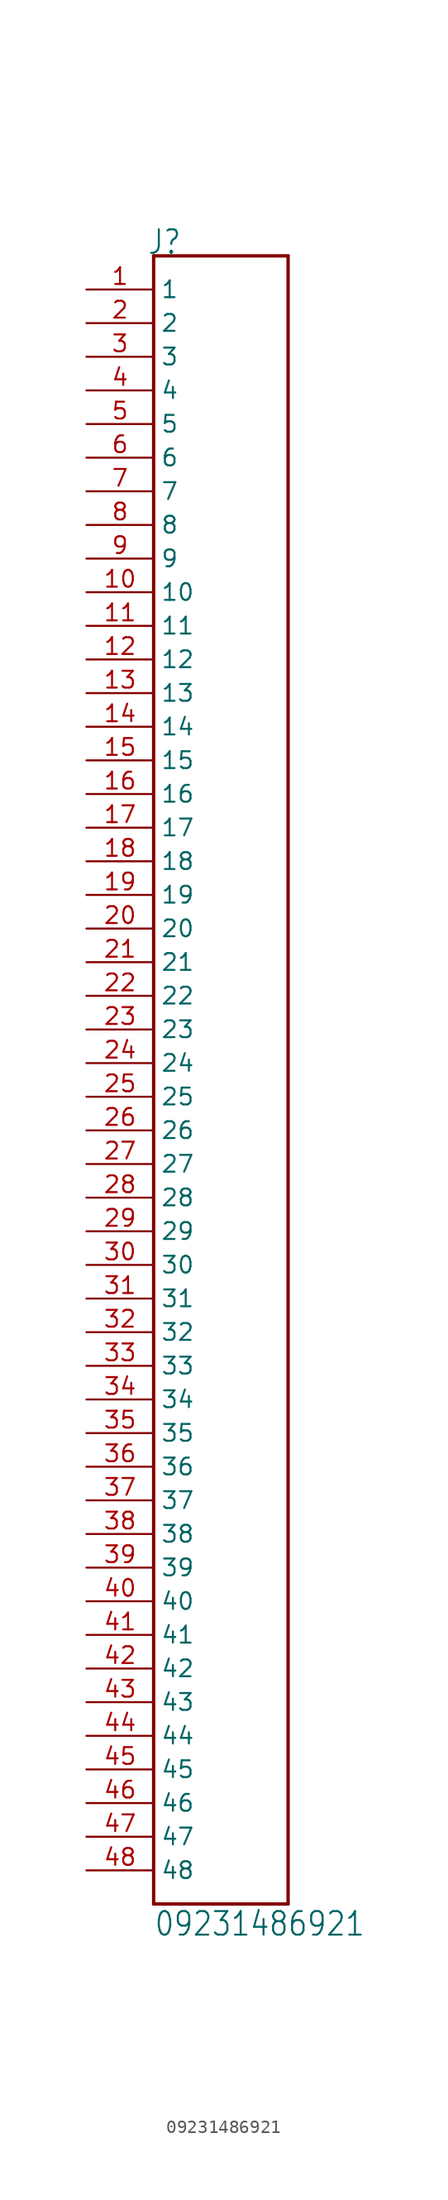
<source format=kicad_sym>
(kicad_symbol_lib
  (version 20211014)
  (generator kicad_symbol_editor)
  (symbol "09231486921"
    (property "Reference" "J"
      (at -5.58 63.5 0)
      (effects (font (size 1.778 1.511)) (justify left bottom)))
    (property "Value" "09231486921"
      (at -5.08 -63.5 0)
      (effects (font (size 1.778 1.511)) (justify left bottom)))
    (property "ki_locked" ""
      (at 0 0 0)
      (effects (font (size 1.27 1.27))))
    (symbol "09231486921_1_0"
      (polyline (pts (xy -5.08 -60.96) (xy -5.08 63.5)) (stroke (width 0.254) (type default) (color 0 0 0 0)) (fill (type none)))
      (polyline (pts (xy -5.08 63.5) (xy 5.08 63.5)) (stroke (width 0.254) (type default) (color 0 0 0 0)) (fill (type none)))
      (polyline (pts (xy 5.08 -60.96) (xy -5.08 -60.96)) (stroke (width 0.254) (type default) (color 0 0 0 0)) (fill (type none)))
      (polyline (pts (xy 5.08 63.5) (xy 5.08 -60.96)) (stroke (width 0.254) (type default) (color 0 0 0 0)) (fill (type none)))
      (pin passive line (at -10.16 60.96 0) (length 5.08) (name "1" (effects (font (size 1.27 1.27)))) (number "1" (effects (font (size 1.27 1.27)))))
      (pin passive line (at -10.16 38.1 0) (length 5.08) (name "10" (effects (font (size 1.27 1.27)))) (number "10" (effects (font (size 1.27 1.27)))))
      (pin passive line (at -10.16 35.56 0) (length 5.08) (name "11" (effects (font (size 1.27 1.27)))) (number "11" (effects (font (size 1.27 1.27)))))
      (pin passive line (at -10.16 33.02 0) (length 5.08) (name "12" (effects (font (size 1.27 1.27)))) (number "12" (effects (font (size 1.27 1.27)))))
      (pin passive line (at -10.16 30.48 0) (length 5.08) (name "13" (effects (font (size 1.27 1.27)))) (number "13" (effects (font (size 1.27 1.27)))))
      (pin passive line (at -10.16 27.94 0) (length 5.08) (name "14" (effects (font (size 1.27 1.27)))) (number "14" (effects (font (size 1.27 1.27)))))
      (pin passive line (at -10.16 25.4 0) (length 5.08) (name "15" (effects (font (size 1.27 1.27)))) (number "15" (effects (font (size 1.27 1.27)))))
      (pin passive line (at -10.16 22.86 0) (length 5.08) (name "16" (effects (font (size 1.27 1.27)))) (number "16" (effects (font (size 1.27 1.27)))))
      (pin passive line (at -10.16 20.32 0) (length 5.08) (name "17" (effects (font (size 1.27 1.27)))) (number "17" (effects (font (size 1.27 1.27)))))
      (pin passive line (at -10.16 17.78 0) (length 5.08) (name "18" (effects (font (size 1.27 1.27)))) (number "18" (effects (font (size 1.27 1.27)))))
      (pin passive line (at -10.16 15.24 0) (length 5.08) (name "19" (effects (font (size 1.27 1.27)))) (number "19" (effects (font (size 1.27 1.27)))))
      (pin passive line (at -10.16 58.42 0) (length 5.08) (name "2" (effects (font (size 1.27 1.27)))) (number "2" (effects (font (size 1.27 1.27)))))
      (pin passive line (at -10.16 12.7 0) (length 5.08) (name "20" (effects (font (size 1.27 1.27)))) (number "20" (effects (font (size 1.27 1.27)))))
      (pin passive line (at -10.16 10.16 0) (length 5.08) (name "21" (effects (font (size 1.27 1.27)))) (number "21" (effects (font (size 1.27 1.27)))))
      (pin passive line (at -10.16 7.62 0) (length 5.08) (name "22" (effects (font (size 1.27 1.27)))) (number "22" (effects (font (size 1.27 1.27)))))
      (pin passive line (at -10.16 5.08 0) (length 5.08) (name "23" (effects (font (size 1.27 1.27)))) (number "23" (effects (font (size 1.27 1.27)))))
      (pin passive line (at -10.16 2.54 0) (length 5.08) (name "24" (effects (font (size 1.27 1.27)))) (number "24" (effects (font (size 1.27 1.27)))))
      (pin passive line (at -10.16 0 0) (length 5.08) (name "25" (effects (font (size 1.27 1.27)))) (number "25" (effects (font (size 1.27 1.27)))))
      (pin passive line (at -10.16 -2.54 0) (length 5.08) (name "26" (effects (font (size 1.27 1.27)))) (number "26" (effects (font (size 1.27 1.27)))))
      (pin passive line (at -10.16 -5.08 0) (length 5.08) (name "27" (effects (font (size 1.27 1.27)))) (number "27" (effects (font (size 1.27 1.27)))))
      (pin passive line (at -10.16 -7.62 0) (length 5.08) (name "28" (effects (font (size 1.27 1.27)))) (number "28" (effects (font (size 1.27 1.27)))))
      (pin passive line (at -10.16 -10.16 0) (length 5.08) (name "29" (effects (font (size 1.27 1.27)))) (number "29" (effects (font (size 1.27 1.27)))))
      (pin passive line (at -10.16 55.88 0) (length 5.08) (name "3" (effects (font (size 1.27 1.27)))) (number "3" (effects (font (size 1.27 1.27)))))
      (pin passive line (at -10.16 -12.7 0) (length 5.08) (name "30" (effects (font (size 1.27 1.27)))) (number "30" (effects (font (size 1.27 1.27)))))
      (pin passive line (at -10.16 -15.24 0) (length 5.08) (name "31" (effects (font (size 1.27 1.27)))) (number "31" (effects (font (size 1.27 1.27)))))
      (pin passive line (at -10.16 -17.78 0) (length 5.08) (name "32" (effects (font (size 1.27 1.27)))) (number "32" (effects (font (size 1.27 1.27)))))
      (pin passive line (at -10.16 -20.32 0) (length 5.08) (name "33" (effects (font (size 1.27 1.27)))) (number "33" (effects (font (size 1.27 1.27)))))
      (pin passive line (at -10.16 -22.86 0) (length 5.08) (name "34" (effects (font (size 1.27 1.27)))) (number "34" (effects (font (size 1.27 1.27)))))
      (pin passive line (at -10.16 -25.4 0) (length 5.08) (name "35" (effects (font (size 1.27 1.27)))) (number "35" (effects (font (size 1.27 1.27)))))
      (pin passive line (at -10.16 -27.94 0) (length 5.08) (name "36" (effects (font (size 1.27 1.27)))) (number "36" (effects (font (size 1.27 1.27)))))
      (pin passive line (at -10.16 -30.48 0) (length 5.08) (name "37" (effects (font (size 1.27 1.27)))) (number "37" (effects (font (size 1.27 1.27)))))
      (pin passive line (at -10.16 -33.02 0) (length 5.08) (name "38" (effects (font (size 1.27 1.27)))) (number "38" (effects (font (size 1.27 1.27)))))
      (pin passive line (at -10.16 -35.56 0) (length 5.08) (name "39" (effects (font (size 1.27 1.27)))) (number "39" (effects (font (size 1.27 1.27)))))
      (pin passive line (at -10.16 53.34 0) (length 5.08) (name "4" (effects (font (size 1.27 1.27)))) (number "4" (effects (font (size 1.27 1.27)))))
      (pin passive line (at -10.16 -38.1 0) (length 5.08) (name "40" (effects (font (size 1.27 1.27)))) (number "40" (effects (font (size 1.27 1.27)))))
      (pin passive line (at -10.16 -40.64 0) (length 5.08) (name "41" (effects (font (size 1.27 1.27)))) (number "41" (effects (font (size 1.27 1.27)))))
      (pin passive line (at -10.16 -43.18 0) (length 5.08) (name "42" (effects (font (size 1.27 1.27)))) (number "42" (effects (font (size 1.27 1.27)))))
      (pin passive line (at -10.16 -45.72 0) (length 5.08) (name "43" (effects (font (size 1.27 1.27)))) (number "43" (effects (font (size 1.27 1.27)))))
      (pin passive line (at -10.16 -48.26 0) (length 5.08) (name "44" (effects (font (size 1.27 1.27)))) (number "44" (effects (font (size 1.27 1.27)))))
      (pin passive line (at -10.16 -50.8 0) (length 5.08) (name "45" (effects (font (size 1.27 1.27)))) (number "45" (effects (font (size 1.27 1.27)))))
      (pin passive line (at -10.16 -53.34 0) (length 5.08) (name "46" (effects (font (size 1.27 1.27)))) (number "46" (effects (font (size 1.27 1.27)))))
      (pin passive line (at -10.16 -55.88 0) (length 5.08) (name "47" (effects (font (size 1.27 1.27)))) (number "47" (effects (font (size 1.27 1.27)))))
      (pin passive line (at -10.16 -58.42 0) (length 5.08) (name "48" (effects (font (size 1.27 1.27)))) (number "48" (effects (font (size 1.27 1.27)))))
      (pin passive line (at -10.16 50.8 0) (length 5.08) (name "5" (effects (font (size 1.27 1.27)))) (number "5" (effects (font (size 1.27 1.27)))))
      (pin passive line (at -10.16 48.26 0) (length 5.08) (name "6" (effects (font (size 1.27 1.27)))) (number "6" (effects (font (size 1.27 1.27)))))
      (pin passive line (at -10.16 45.72 0) (length 5.08) (name "7" (effects (font (size 1.27 1.27)))) (number "7" (effects (font (size 1.27 1.27)))))
      (pin passive line (at -10.16 43.18 0) (length 5.08) (name "8" (effects (font (size 1.27 1.27)))) (number "8" (effects (font (size 1.27 1.27)))))
      (pin passive line (at -10.16 40.64 0) (length 5.08) (name "9" (effects (font (size 1.27 1.27)))) (number "9" (effects (font (size 1.27 1.27))))))))
</source>
